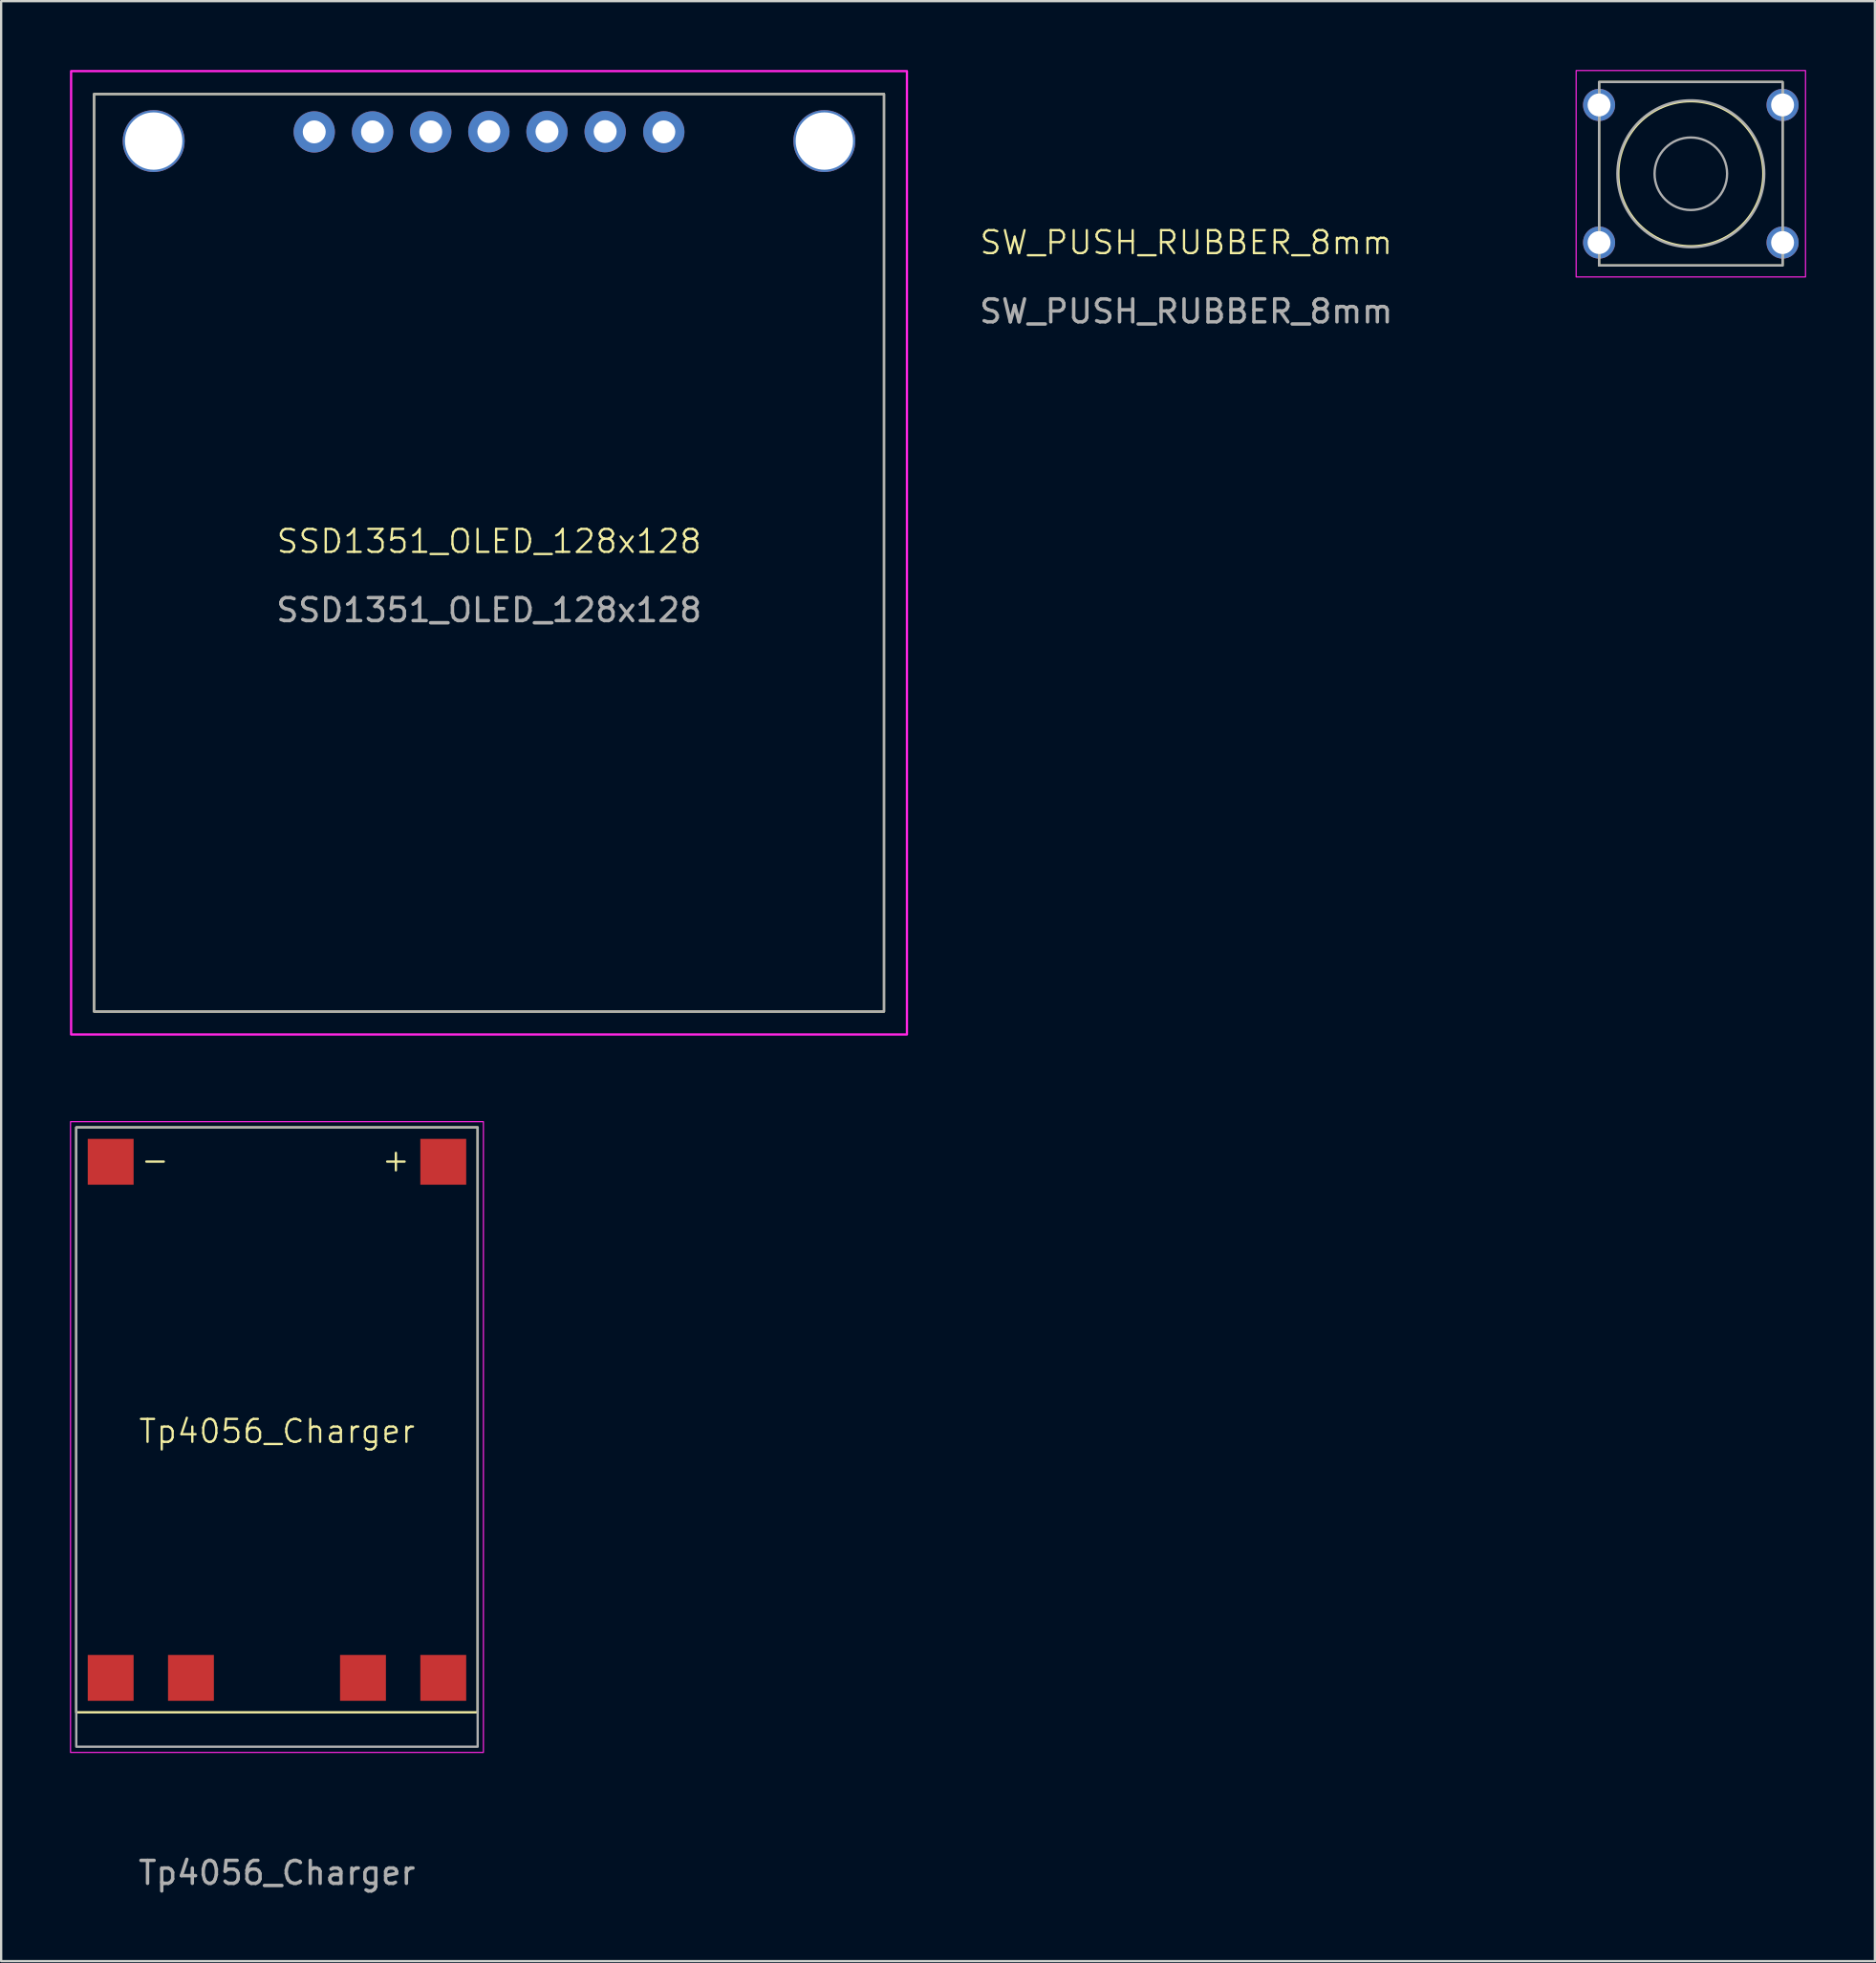
<source format=kicad_pcb>
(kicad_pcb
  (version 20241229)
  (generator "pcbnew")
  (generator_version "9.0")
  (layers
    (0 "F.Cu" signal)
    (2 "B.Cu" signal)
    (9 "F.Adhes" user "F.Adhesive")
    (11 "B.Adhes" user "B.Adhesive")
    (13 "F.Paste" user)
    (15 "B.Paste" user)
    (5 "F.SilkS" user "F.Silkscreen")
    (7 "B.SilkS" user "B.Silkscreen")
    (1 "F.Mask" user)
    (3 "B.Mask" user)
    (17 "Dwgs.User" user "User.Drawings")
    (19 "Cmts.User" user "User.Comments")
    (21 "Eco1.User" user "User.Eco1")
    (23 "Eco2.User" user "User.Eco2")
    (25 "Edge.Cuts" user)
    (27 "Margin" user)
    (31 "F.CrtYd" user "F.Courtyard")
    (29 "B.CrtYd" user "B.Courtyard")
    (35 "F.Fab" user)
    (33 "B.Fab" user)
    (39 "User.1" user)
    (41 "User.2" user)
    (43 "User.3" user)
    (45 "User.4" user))
  (footprint "Tp4056_Charger"
    (layer "F.Cu")
    (at 9.025 70.1)
    (property "Reference" "Tp4056_Charger" (at 0 -10.75 0) (unlocked yes) (layer "F.SilkS") (effects (font (size 1 1) (thickness 0.1))))
    (attr smd)
    (fp_rect (start -8.75 -24) (end 8.75 1.5) (stroke (width 0.1) (type default)) (fill no) (layer "F.SilkS"))
    (fp_rect (start -9 -24.25) (end 9 3.25) (stroke (width 0.05) (type default)) (fill no) (layer "F.CrtYd"))
    (fp_rect (start -8.75 -24) (end 8.75 3) (stroke (width 0.1) (type default)) (fill no) (layer "F.Fab"))
    (fp_text user "-" (at -6 -22 0) (unlocked yes) (layer "F.SilkS") (effects (font (size 1 1) (thickness 0.1)) (justify left bottom)))
    (fp_text user "+" (at 4.5 -22 0) (unlocked yes) (layer "F.SilkS") (effects (font (size 1 1) (thickness 0.1)) (justify left bottom)))
    (fp_text user "${REFERENCE}" (at 0 8.5 0) (unlocked yes) (layer "F.Fab") (effects (font (size 1 1) (thickness 0.15))))
    (pad "1" smd rect (at -7.25 0 90) (size 2 2) (layers "F.Cu" "F.Mask" "F.Paste"))
    (pad "2" smd rect (at -3.75 0 90) (size 2 2) (layers "F.Cu" "F.Mask" "F.Paste"))
    (pad "3" smd rect (at 3.75 0 90) (size 2 2) (layers "F.Cu" "F.Mask" "F.Paste"))
    (pad "4" smd rect (at 7.25 0 90) (size 2 2) (layers "F.Cu" "F.Mask" "F.Paste"))
    (pad "5" smd rect (at -7.25 -22.5 90) (size 2 2) (layers "F.Cu" "F.Mask" "F.Paste"))
    (pad "6" smd rect (at 7.25 -22.5 90) (size 2 2) (layers "F.Cu" "F.Mask" "F.Paste"))
    (zone (net_name "") (layer "F.CrtYd") (name "USB") (hatch full 0.5) (connect_pads) (min_thickness 0.25) (filled_areas_thickness no) (keepout (tracks not_allowed) (vias not_allowed) (pads not_allowed) (copperpour allowed) (footprints allowed)) (placement (enabled no)) (fill) (polygon (pts (xy 5.025 52.1) (xy 13.025 52.1) (xy 13.025 45.1) (xy 5.025 45.1)))))
  (footprint "SSD1351_OLED_128x128"
    (layer "F.Cu")
    (at 10.65 2.7)
    (property "Reference" "SSD1351_OLED_128x128" (at 7.62 17.85 0) (unlocked yes) (layer "F.SilkS") (effects (font (size 1 1) (thickness 0.1))))
    (attr smd)
    (fp_rect (start -9.6 -1.65) (end 24.84 38.35) (stroke (width 0.1) (type solid)) (fill no) (layer "F.SilkS"))
    (fp_rect (start -10.6 -2.65) (end 25.84 39.35) (stroke (width 0.1) (type solid)) (fill no) (layer "F.CrtYd"))
    (fp_rect (start -9.6 -1.65) (end 24.84 38.35) (stroke (width 0.1) (type solid)) (fill no) (layer "F.Fab"))
    (fp_text user "${REFERENCE}" (at 7.62 20.85 0) (unlocked yes) (layer "F.Fab") (effects (font (size 1 1) (thickness 0.15))))
    (pad "" np_thru_hole circle (at -7 0.4) (size 2.7 2.7) (drill 2.5) (layers "*.Cu" "*.Mask"))
    (pad "" np_thru_hole circle (at 22.24 0.4) (size 2.7 2.7) (drill 2.5) (layers "*.Cu" "*.Mask"))
    (pad "1" thru_hole circle (at 0 0) (size 1.8 1.8) (drill 1) (layers "*.Cu" "*.Mask"))
    (pad "2" thru_hole circle (at 2.54 0) (size 1.8 1.8) (drill 1) (layers "*.Cu" "*.Mask"))
    (pad "3" thru_hole circle (at 5.08 0) (size 1.8 1.8) (drill 1) (layers "*.Cu" "*.Mask"))
    (pad "4" thru_hole circle (at 7.612 -0.013) (size 1.8 1.8) (drill 1) (layers "*.Cu" "*.Mask"))
    (pad "5" thru_hole circle (at 10.147 -0.013) (size 1.8 1.8) (drill 1) (layers "*.Cu" "*.Mask"))
    (pad "6" thru_hole circle (at 12.683 -0.013) (size 1.8 1.8) (drill 1) (layers "*.Cu" "*.Mask"))
    (pad "7" thru_hole circle (at 15.24 0) (size 1.8 1.8) (drill 1) (layers "*.Cu" "*.Mask")))
  (footprint "SW_PUSH_RUBBER_8mm"
    (layer "F.Cu")
    (at 66.665 0.525)
    (property "Reference" "SW_PUSH_RUBBER_8mm" (at -18 7 0) (unlocked yes) (layer "F.SilkS") (effects (font (size 1 1) (thickness 0.1))))
    (attr smd)
    (fp_rect (start 0 0) (end 8 8) (stroke (width 0.1) (type default)) (fill no) (layer "F.SilkS"))
    (fp_circle (center 4 4) (end 7 5) (stroke (width 0.1) (type default)) (fill no) (layer "F.SilkS"))
    (fp_rect (start -1 -0.5) (end 9 8.5) (stroke (width 0.05) (type default)) (fill no) (layer "F.CrtYd"))
    (fp_rect (start 0 0) (end 8 8) (stroke (width 0.1) (type default)) (fill no) (layer "F.Fab"))
    (fp_circle (center 4 4) (end 5.5 4.5) (stroke (width 0.1) (type default)) (fill no) (layer "F.Fab"))
    (fp_circle (center 4 4) (end 6.5 6) (stroke (width 0.1) (type default)) (fill no) (layer "F.Fab"))
    (fp_text user "${REFERENCE}" (at -18 10 0) (unlocked yes) (layer "F.Fab") (effects (font (size 1 1) (thickness 0.15))))
    (pad "1" thru_hole circle (at 0 1 90) (size 1.4 1.4) (drill 1) (layers "*.Cu" "*.Mask"))
    (pad "1" thru_hole circle (at 8 1 90) (size 1.4 1.4) (drill 1) (layers "*.Cu" "*.Mask"))
    (pad "2" thru_hole circle (at 0 7 90) (size 1.4 1.4) (drill 1) (layers "*.Cu" "*.Mask"))
    (pad "2" thru_hole circle (at 8 7 90) (size 1.4 1.4) (drill 1) (layers "*.Cu" "*.Mask")))
  (gr_rect
    (start -3 -3)
    (end 78.69 82.448)
    (stroke (width 0.1) (type default))
    (fill no)
    (layer "Edge.Cuts")))
</source>
